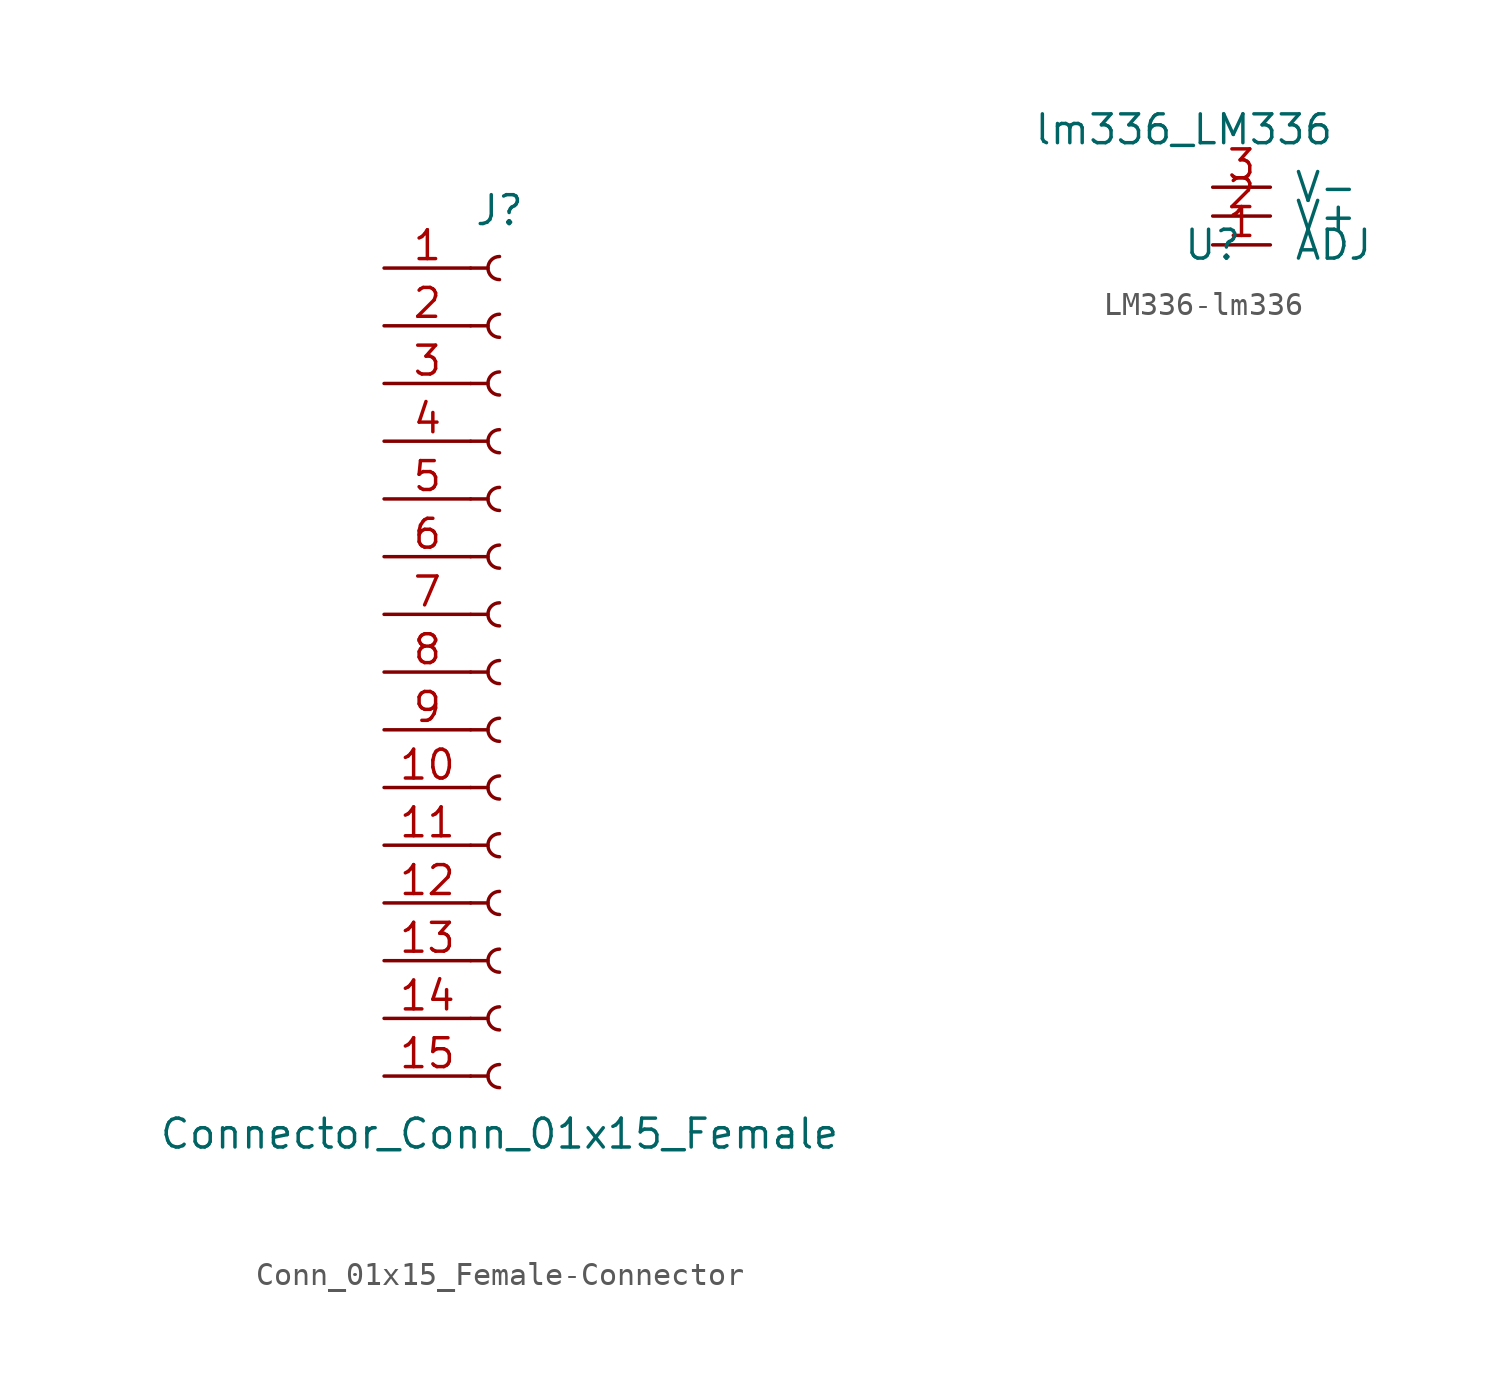
<source format=kicad_sym>
(kicad_symbol_lib
  (version 20231120)
  (generator "kicad_symbol_editor")
  (generator_version "8.0")
  (symbol "Conn_01x15_Female-Connector"
    (pin_names
      (offset 1.016) hide)
    (property "Reference" "J"
      (at 0 20.32 0)
      (effects (font (size 1.27 1.27))))
    (property "Value" "Connector_Conn_01x15_Female"
      (at 0 -20.32 0)
      (effects (font (size 1.27 1.27))))
    (symbol "Conn_01x15_Female-Connector_1_1"
      (arc (start 0 -17.272) (mid -0.508 -17.78) (end 0 -18.288) (stroke (width 0.1524) (type solid)) (fill (type none)))
      (arc (start 0 -14.732) (mid -0.508 -15.24) (end 0 -15.748) (stroke (width 0.1524) (type solid)) (fill (type none)))
      (arc (start 0 -12.192) (mid -0.508 -12.7) (end 0 -13.208) (stroke (width 0.1524) (type solid)) (fill (type none)))
      (arc (start 0 -9.652) (mid -0.508 -10.16) (end 0 -10.668) (stroke (width 0.1524) (type solid)) (fill (type none)))
      (arc (start 0 -7.112) (mid -0.508 -7.62) (end 0 -8.128) (stroke (width 0.1524) (type solid)) (fill (type none)))
      (arc (start 0 -4.572) (mid -0.508 -5.08) (end 0 -5.588) (stroke (width 0.1524) (type solid)) (fill (type none)))
      (arc (start 0 -2.032) (mid -0.508 -2.54) (end 0 -3.048) (stroke (width 0.1524) (type solid)) (fill (type none)))
      (polyline (pts (xy -1.27 -17.78) (xy -0.508 -17.78)) (stroke (width 0.152) (type solid)) (fill (type none)))
      (polyline (pts (xy -1.27 -15.24) (xy -0.508 -15.24)) (stroke (width 0.152) (type solid)) (fill (type none)))
      (polyline (pts (xy -1.27 -12.7) (xy -0.508 -12.7)) (stroke (width 0.152) (type solid)) (fill (type none)))
      (polyline (pts (xy -1.27 -10.16) (xy -0.508 -10.16)) (stroke (width 0.152) (type solid)) (fill (type none)))
      (polyline (pts (xy -1.27 -7.62) (xy -0.508 -7.62)) (stroke (width 0.152) (type solid)) (fill (type none)))
      (polyline (pts (xy -1.27 -5.08) (xy -0.508 -5.08)) (stroke (width 0.152) (type solid)) (fill (type none)))
      (polyline (pts (xy -1.27 -2.54) (xy -0.508 -2.54)) (stroke (width 0.152) (type solid)) (fill (type none)))
      (polyline (pts (xy -1.27 0) (xy -0.508 0)) (stroke (width 0.152) (type solid)) (fill (type none)))
      (polyline (pts (xy -1.27 2.54) (xy -0.508 2.54)) (stroke (width 0.152) (type solid)) (fill (type none)))
      (polyline (pts (xy -1.27 5.08) (xy -0.508 5.08)) (stroke (width 0.152) (type solid)) (fill (type none)))
      (polyline (pts (xy -1.27 7.62) (xy -0.508 7.62)) (stroke (width 0.152) (type solid)) (fill (type none)))
      (polyline (pts (xy -1.27 10.16) (xy -0.508 10.16)) (stroke (width 0.152) (type solid)) (fill (type none)))
      (polyline (pts (xy -1.27 12.7) (xy -0.508 12.7)) (stroke (width 0.152) (type solid)) (fill (type none)))
      (polyline (pts (xy -1.27 15.24) (xy -0.508 15.24)) (stroke (width 0.152) (type solid)) (fill (type none)))
      (polyline (pts (xy -1.27 17.78) (xy -0.508 17.78)) (stroke (width 0.152) (type solid)) (fill (type none)))
      (arc (start 0 0.508) (mid -0.508 0) (end 0 -0.508) (stroke (width 0.1524) (type solid)) (fill (type none)))
      (arc (start 0 3.048) (mid -0.508 2.54) (end 0 2.032) (stroke (width 0.1524) (type solid)) (fill (type none)))
      (arc (start 0 5.588) (mid -0.508 5.08) (end 0 4.572) (stroke (width 0.1524) (type solid)) (fill (type none)))
      (arc (start 0 8.128) (mid -0.508 7.62) (end 0 7.112) (stroke (width 0.1524) (type solid)) (fill (type none)))
      (arc (start 0 10.668) (mid -0.508 10.16) (end 0 9.652) (stroke (width 0.1524) (type solid)) (fill (type none)))
      (arc (start 0 13.208) (mid -0.508 12.7) (end 0 12.192) (stroke (width 0.1524) (type solid)) (fill (type none)))
      (arc (start 0 15.748) (mid -0.508 15.24) (end 0 14.732) (stroke (width 0.1524) (type solid)) (fill (type none)))
      (arc (start 0 18.288) (mid -0.508 17.78) (end 0 17.272) (stroke (width 0.1524) (type solid)) (fill (type none)))
      (pin passive line (at -5.08 17.78 0) (length 3.81) (name "Pin_1" (effects (font (size 1.27 1.27)))) (number "1" (effects (font (size 1.27 1.27)))))
      (pin passive line (at -5.08 -5.08 0) (length 3.81) (name "Pin_10" (effects (font (size 1.27 1.27)))) (number "10" (effects (font (size 1.27 1.27)))))
      (pin passive line (at -5.08 -7.62 0) (length 3.81) (name "Pin_11" (effects (font (size 1.27 1.27)))) (number "11" (effects (font (size 1.27 1.27)))))
      (pin passive line (at -5.08 -10.16 0) (length 3.81) (name "Pin_12" (effects (font (size 1.27 1.27)))) (number "12" (effects (font (size 1.27 1.27)))))
      (pin passive line (at -5.08 -12.7 0) (length 3.81) (name "Pin_13" (effects (font (size 1.27 1.27)))) (number "13" (effects (font (size 1.27 1.27)))))
      (pin passive line (at -5.08 -15.24 0) (length 3.81) (name "Pin_14" (effects (font (size 1.27 1.27)))) (number "14" (effects (font (size 1.27 1.27)))))
      (pin passive line (at -5.08 -17.78 0) (length 3.81) (name "Pin_15" (effects (font (size 1.27 1.27)))) (number "15" (effects (font (size 1.27 1.27)))))
      (pin passive line (at -5.08 15.24 0) (length 3.81) (name "Pin_2" (effects (font (size 1.27 1.27)))) (number "2" (effects (font (size 1.27 1.27)))))
      (pin passive line (at -5.08 12.7 0) (length 3.81) (name "Pin_3" (effects (font (size 1.27 1.27)))) (number "3" (effects (font (size 1.27 1.27)))))
      (pin passive line (at -5.08 10.16 0) (length 3.81) (name "Pin_4" (effects (font (size 1.27 1.27)))) (number "4" (effects (font (size 1.27 1.27)))))
      (pin passive line (at -5.08 7.62 0) (length 3.81) (name "Pin_5" (effects (font (size 1.27 1.27)))) (number "5" (effects (font (size 1.27 1.27)))))
      (pin passive line (at -5.08 5.08 0) (length 3.81) (name "Pin_6" (effects (font (size 1.27 1.27)))) (number "6" (effects (font (size 1.27 1.27)))))
      (pin passive line (at -5.08 2.54 0) (length 3.81) (name "Pin_7" (effects (font (size 1.27 1.27)))) (number "7" (effects (font (size 1.27 1.27)))))
      (pin passive line (at -5.08 0 0) (length 3.81) (name "Pin_8" (effects (font (size 1.27 1.27)))) (number "8" (effects (font (size 1.27 1.27)))))
      (pin passive line (at -5.08 -2.54 0) (length 3.81) (name "Pin_9" (effects (font (size 1.27 1.27)))) (number "9" (effects (font (size 1.27 1.27)))))))
  (symbol "LM336-lm336"
    (pin_names
      (offset 1.016))
    (property "Reference" "U"
      (at 0 0 0)
      (effects (font (size 1.27 1.27))))
    (property "Value" "lm336_LM336"
      (at -1.27 5.08 0)
      (effects (font (size 1.27 1.27))))
    (symbol "LM336-lm336_0_0"
      (pin unspecified line (at 0 0 0) (length 2.54) (name "ADJ" (effects (font (size 1.27 1.27)))) (number "1" (effects (font (size 1.27 1.27)))))
      (pin unspecified line (at 0 1.27 0) (length 2.54) (name "V+" (effects (font (size 1.27 1.27)))) (number "2" (effects (font (size 1.27 1.27)))))
      (pin unspecified line (at 0 2.54 0) (length 2.54) (name "V-" (effects (font (size 1.27 1.27)))) (number "3" (effects (font (size 1.27 1.27))))))))
</source>
